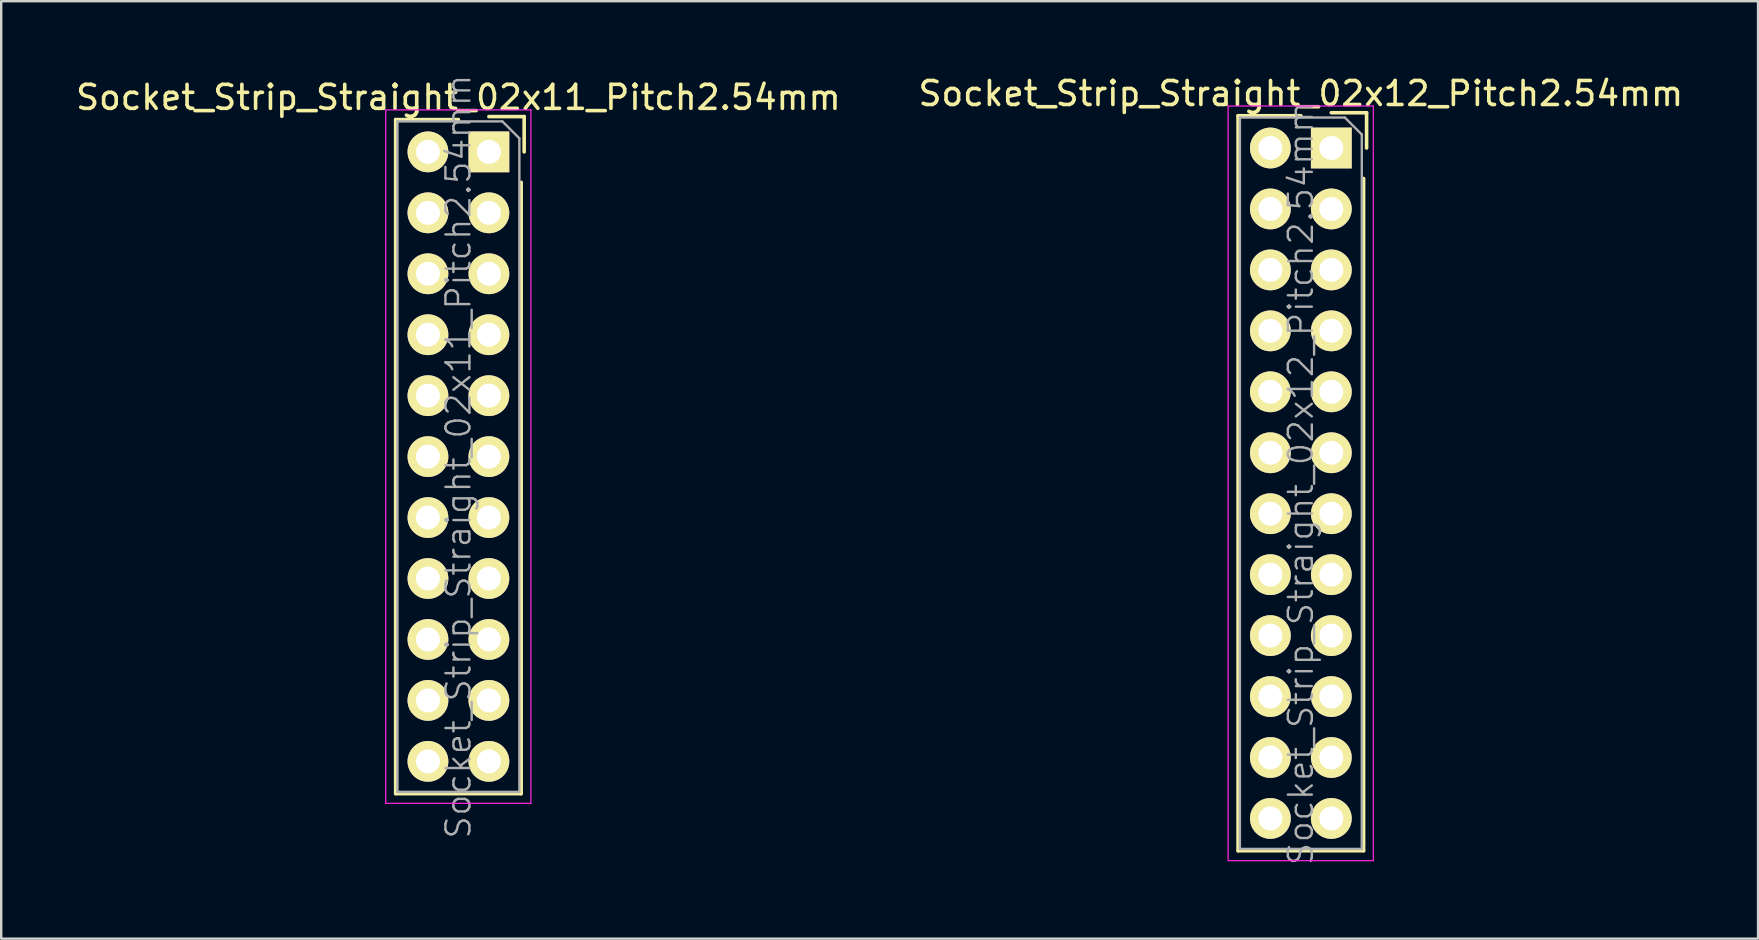
<source format=kicad_pcb>
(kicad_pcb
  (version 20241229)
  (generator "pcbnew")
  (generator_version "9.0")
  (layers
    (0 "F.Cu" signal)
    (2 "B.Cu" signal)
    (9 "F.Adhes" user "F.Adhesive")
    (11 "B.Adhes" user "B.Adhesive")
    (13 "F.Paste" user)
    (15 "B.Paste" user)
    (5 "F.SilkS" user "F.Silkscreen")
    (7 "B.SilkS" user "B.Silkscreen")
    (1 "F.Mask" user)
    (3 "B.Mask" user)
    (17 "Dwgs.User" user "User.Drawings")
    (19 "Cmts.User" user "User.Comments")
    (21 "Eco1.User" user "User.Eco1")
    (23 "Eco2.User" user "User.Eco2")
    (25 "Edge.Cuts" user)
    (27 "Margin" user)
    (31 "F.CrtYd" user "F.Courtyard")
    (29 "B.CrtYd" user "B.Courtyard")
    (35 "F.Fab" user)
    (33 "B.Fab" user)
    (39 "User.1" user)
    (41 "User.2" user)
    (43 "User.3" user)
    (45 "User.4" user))
  (footprint "Socket_Strip_Straight_02x12_Pitch2.54mm"
    (layer "F.Cu")
    (at 52.431 3.118)
    (property "Reference" "Socket_Strip_Straight_02x12_Pitch2.54mm" (at -1.27 -2.27 0) (layer "F.SilkS") (effects (font (size 1 1) (thickness 0.15))))
    (attr smd)
    (fp_line (start -3.885 -1.345) (end -3.885 29.285) (stroke (width 0.15) (type solid)) (layer "F.SilkS"))
    (fp_line (start -1.27 -1.345) (end -3.885 -1.345) (stroke (width 0.15) (type solid)) (layer "F.SilkS"))
    (fp_line (start 1.345 1.27) (end 1.345 29.285) (stroke (width 0.15) (type solid)) (layer "F.SilkS"))
    (fp_line (start 1.345 29.285) (end -3.885 29.285) (stroke (width 0.15) (type solid)) (layer "F.SilkS"))
    (fp_line (start 1.47 -1.47) (end 0 -1.47) (stroke (width 0.15) (type solid)) (layer "F.SilkS"))
    (fp_line (start 1.47 -1.47) (end 1.47 0) (stroke (width 0.15) (type solid)) (layer "F.SilkS"))
    (fp_line (start -4.3 -1.75) (end -4.3 29.7) (stroke (width 0.05) (type solid)) (layer "F.CrtYd"))
    (fp_line (start 1.75 -1.75) (end -4.3 -1.75) (stroke (width 0.05) (type solid)) (layer "F.CrtYd"))
    (fp_line (start 1.75 -1.75) (end 1.75 29.7) (stroke (width 0.05) (type solid)) (layer "F.CrtYd"))
    (fp_line (start 1.75 29.7) (end -4.3 29.7) (stroke (width 0.05) (type solid)) (layer "F.CrtYd"))
    (fp_line (start -3.81 -1.27) (end 0.563 -1.27) (stroke (width 0.1) (type solid)) (layer "F.Fab"))
    (fp_line (start -3.81 29.21) (end -3.81 -1.27) (stroke (width 0.1) (type solid)) (layer "F.Fab"))
    (fp_line (start -3.81 29.21) (end 1.27 29.21) (stroke (width 0.1) (type solid)) (layer "F.Fab"))
    (fp_line (start 1.27 -0.563) (end 0.563 -1.27) (stroke (width 0.1) (type solid)) (layer "F.Fab"))
    (fp_line (start 1.27 29.21) (end 1.27 -0.563) (stroke (width 0.1) (type solid)) (layer "F.Fab"))
    (fp_text user "${REFERENCE}" (at -1.27 13.97 90) (layer "F.Fab") (effects (font (size 1 1) (thickness 0.1))))
    (pad "1" thru_hole rect (at 0 0) (size 1.7 1.7) (drill 1) (layers "*.Cu" "*.Mask" "F.SilkS"))
    (pad "2" thru_hole oval (at -2.54 0) (size 1.7 1.7) (drill 1) (layers "*.Cu" "*.Mask" "F.SilkS"))
    (pad "3" thru_hole oval (at 0 2.54) (size 1.7 1.7) (drill 1) (layers "*.Cu" "*.Mask" "F.SilkS"))
    (pad "4" thru_hole oval (at -2.54 2.54) (size 1.7 1.7) (drill 1) (layers "*.Cu" "*.Mask" "F.SilkS"))
    (pad "5" thru_hole oval (at 0 5.08) (size 1.7 1.7) (drill 1) (layers "*.Cu" "*.Mask" "F.SilkS"))
    (pad "6" thru_hole oval (at -2.54 5.08) (size 1.7 1.7) (drill 1) (layers "*.Cu" "*.Mask" "F.SilkS"))
    (pad "7" thru_hole oval (at 0 7.62) (size 1.7 1.7) (drill 1) (layers "*.Cu" "*.Mask" "F.SilkS"))
    (pad "8" thru_hole oval (at -2.54 7.62) (size 1.7 1.7) (drill 1) (layers "*.Cu" "*.Mask" "F.SilkS"))
    (pad "9" thru_hole oval (at 0 10.16) (size 1.7 1.7) (drill 1) (layers "*.Cu" "*.Mask" "F.SilkS"))
    (pad "10" thru_hole oval (at -2.54 10.16) (size 1.7 1.7) (drill 1) (layers "*.Cu" "*.Mask" "F.SilkS"))
    (pad "11" thru_hole oval (at 0 12.7) (size 1.7 1.7) (drill 1) (layers "*.Cu" "*.Mask" "F.SilkS"))
    (pad "12" thru_hole oval (at -2.54 12.7) (size 1.7 1.7) (drill 1) (layers "*.Cu" "*.Mask" "F.SilkS"))
    (pad "13" thru_hole oval (at 0 15.24) (size 1.7 1.7) (drill 1) (layers "*.Cu" "*.Mask" "F.SilkS"))
    (pad "14" thru_hole oval (at -2.54 15.24) (size 1.7 1.7) (drill 1) (layers "*.Cu" "*.Mask" "F.SilkS"))
    (pad "15" thru_hole oval (at 0 17.78) (size 1.7 1.7) (drill 1) (layers "*.Cu" "*.Mask" "F.SilkS"))
    (pad "16" thru_hole oval (at -2.54 17.78) (size 1.7 1.7) (drill 1) (layers "*.Cu" "*.Mask" "F.SilkS"))
    (pad "17" thru_hole oval (at 0 20.32) (size 1.7 1.7) (drill 1) (layers "*.Cu" "*.Mask" "F.SilkS"))
    (pad "18" thru_hole oval (at -2.54 20.32) (size 1.7 1.7) (drill 1) (layers "*.Cu" "*.Mask" "F.SilkS"))
    (pad "19" thru_hole oval (at 0 22.86) (size 1.7 1.7) (drill 1) (layers "*.Cu" "*.Mask" "F.SilkS"))
    (pad "20" thru_hole oval (at -2.54 22.86) (size 1.7 1.7) (drill 1) (layers "*.Cu" "*.Mask" "F.SilkS"))
    (pad "21" thru_hole oval (at 0 25.4) (size 1.7 1.7) (drill 1) (layers "*.Cu" "*.Mask" "F.SilkS"))
    (pad "22" thru_hole oval (at -2.54 25.4) (size 1.7 1.7) (drill 1) (layers "*.Cu" "*.Mask" "F.SilkS"))
    (pad "23" thru_hole oval (at 0 27.94) (size 1.7 1.7) (drill 1) (layers "*.Cu" "*.Mask" "F.SilkS"))
    (pad "24" thru_hole oval (at -2.54 27.94) (size 1.7 1.7) (drill 1) (layers "*.Cu" "*.Mask" "F.SilkS")))
  (footprint "Socket_Strip_Straight_02x11_Pitch2.54mm"
    (layer "F.Cu")
    (at 17.324 3.279)
    (property "Reference" "Socket_Strip_Straight_02x11_Pitch2.54mm" (at -1.27 -2.27 0) (layer "F.SilkS") (effects (font (size 1 1) (thickness 0.15))))
    (attr smd)
    (fp_line (start -3.885 -1.345) (end -3.885 26.745) (stroke (width 0.15) (type solid)) (layer "F.SilkS"))
    (fp_line (start -1.27 -1.345) (end -3.885 -1.345) (stroke (width 0.15) (type solid)) (layer "F.SilkS"))
    (fp_line (start 1.345 1.27) (end 1.345 26.745) (stroke (width 0.15) (type solid)) (layer "F.SilkS"))
    (fp_line (start 1.345 26.745) (end -3.885 26.745) (stroke (width 0.15) (type solid)) (layer "F.SilkS"))
    (fp_line (start 1.47 -1.47) (end 0 -1.47) (stroke (width 0.15) (type solid)) (layer "F.SilkS"))
    (fp_line (start 1.47 -1.47) (end 1.47 0) (stroke (width 0.15) (type solid)) (layer "F.SilkS"))
    (fp_line (start -4.3 -1.75) (end -4.3 27.15) (stroke (width 0.05) (type solid)) (layer "F.CrtYd"))
    (fp_line (start 1.75 -1.75) (end -4.3 -1.75) (stroke (width 0.05) (type solid)) (layer "F.CrtYd"))
    (fp_line (start 1.75 -1.75) (end 1.75 27.15) (stroke (width 0.05) (type solid)) (layer "F.CrtYd"))
    (fp_line (start 1.75 27.15) (end -4.3 27.15) (stroke (width 0.05) (type solid)) (layer "F.CrtYd"))
    (fp_line (start -3.81 -1.27) (end 0.563 -1.27) (stroke (width 0.1) (type solid)) (layer "F.Fab"))
    (fp_line (start -3.81 26.67) (end -3.81 -1.27) (stroke (width 0.1) (type solid)) (layer "F.Fab"))
    (fp_line (start -3.81 26.67) (end 1.27 26.67) (stroke (width 0.1) (type solid)) (layer "F.Fab"))
    (fp_line (start 1.27 -0.563) (end 0.563 -1.27) (stroke (width 0.1) (type solid)) (layer "F.Fab"))
    (fp_line (start 1.27 26.67) (end 1.27 -0.563) (stroke (width 0.1) (type solid)) (layer "F.Fab"))
    (fp_text user "${REFERENCE}" (at -1.27 12.7 90) (layer "F.Fab") (effects (font (size 1 1) (thickness 0.1))))
    (pad "1" thru_hole rect (at 0 0) (size 1.7 1.7) (drill 1) (layers "*.Cu" "*.Mask" "F.SilkS"))
    (pad "2" thru_hole oval (at -2.54 0) (size 1.7 1.7) (drill 1) (layers "*.Cu" "*.Mask" "F.SilkS"))
    (pad "3" thru_hole oval (at 0 2.54) (size 1.7 1.7) (drill 1) (layers "*.Cu" "*.Mask" "F.SilkS"))
    (pad "4" thru_hole oval (at -2.54 2.54) (size 1.7 1.7) (drill 1) (layers "*.Cu" "*.Mask" "F.SilkS"))
    (pad "5" thru_hole oval (at 0 5.08) (size 1.7 1.7) (drill 1) (layers "*.Cu" "*.Mask" "F.SilkS"))
    (pad "6" thru_hole oval (at -2.54 5.08) (size 1.7 1.7) (drill 1) (layers "*.Cu" "*.Mask" "F.SilkS"))
    (pad "7" thru_hole oval (at 0 7.62) (size 1.7 1.7) (drill 1) (layers "*.Cu" "*.Mask" "F.SilkS"))
    (pad "8" thru_hole oval (at -2.54 7.62) (size 1.7 1.7) (drill 1) (layers "*.Cu" "*.Mask" "F.SilkS"))
    (pad "9" thru_hole oval (at 0 10.16) (size 1.7 1.7) (drill 1) (layers "*.Cu" "*.Mask" "F.SilkS"))
    (pad "10" thru_hole oval (at -2.54 10.16) (size 1.7 1.7) (drill 1) (layers "*.Cu" "*.Mask" "F.SilkS"))
    (pad "11" thru_hole oval (at 0 12.7) (size 1.7 1.7) (drill 1) (layers "*.Cu" "*.Mask" "F.SilkS"))
    (pad "12" thru_hole oval (at -2.54 12.7) (size 1.7 1.7) (drill 1) (layers "*.Cu" "*.Mask" "F.SilkS"))
    (pad "13" thru_hole oval (at 0 15.24) (size 1.7 1.7) (drill 1) (layers "*.Cu" "*.Mask" "F.SilkS"))
    (pad "14" thru_hole oval (at -2.54 15.24) (size 1.7 1.7) (drill 1) (layers "*.Cu" "*.Mask" "F.SilkS"))
    (pad "15" thru_hole oval (at 0 17.78) (size 1.7 1.7) (drill 1) (layers "*.Cu" "*.Mask" "F.SilkS"))
    (pad "16" thru_hole oval (at -2.54 17.78) (size 1.7 1.7) (drill 1) (layers "*.Cu" "*.Mask" "F.SilkS"))
    (pad "17" thru_hole oval (at 0 20.32) (size 1.7 1.7) (drill 1) (layers "*.Cu" "*.Mask" "F.SilkS"))
    (pad "18" thru_hole oval (at -2.54 20.32) (size 1.7 1.7) (drill 1) (layers "*.Cu" "*.Mask" "F.SilkS"))
    (pad "19" thru_hole oval (at 0 22.86) (size 1.7 1.7) (drill 1) (layers "*.Cu" "*.Mask" "F.SilkS"))
    (pad "20" thru_hole oval (at -2.54 22.86) (size 1.7 1.7) (drill 1) (layers "*.Cu" "*.Mask" "F.SilkS"))
    (pad "21" thru_hole oval (at 0 25.4) (size 1.7 1.7) (drill 1) (layers "*.Cu" "*.Mask" "F.SilkS"))
    (pad "22" thru_hole oval (at -2.54 25.4) (size 1.7 1.7) (drill 1) (layers "*.Cu" "*.Mask" "F.SilkS")))
  (gr_rect
    (start -3 -3)
    (end 70.214 36.067)
    (stroke (width 0.1) (type default))
    (fill no)
    (layer "Edge.Cuts")))
</source>
